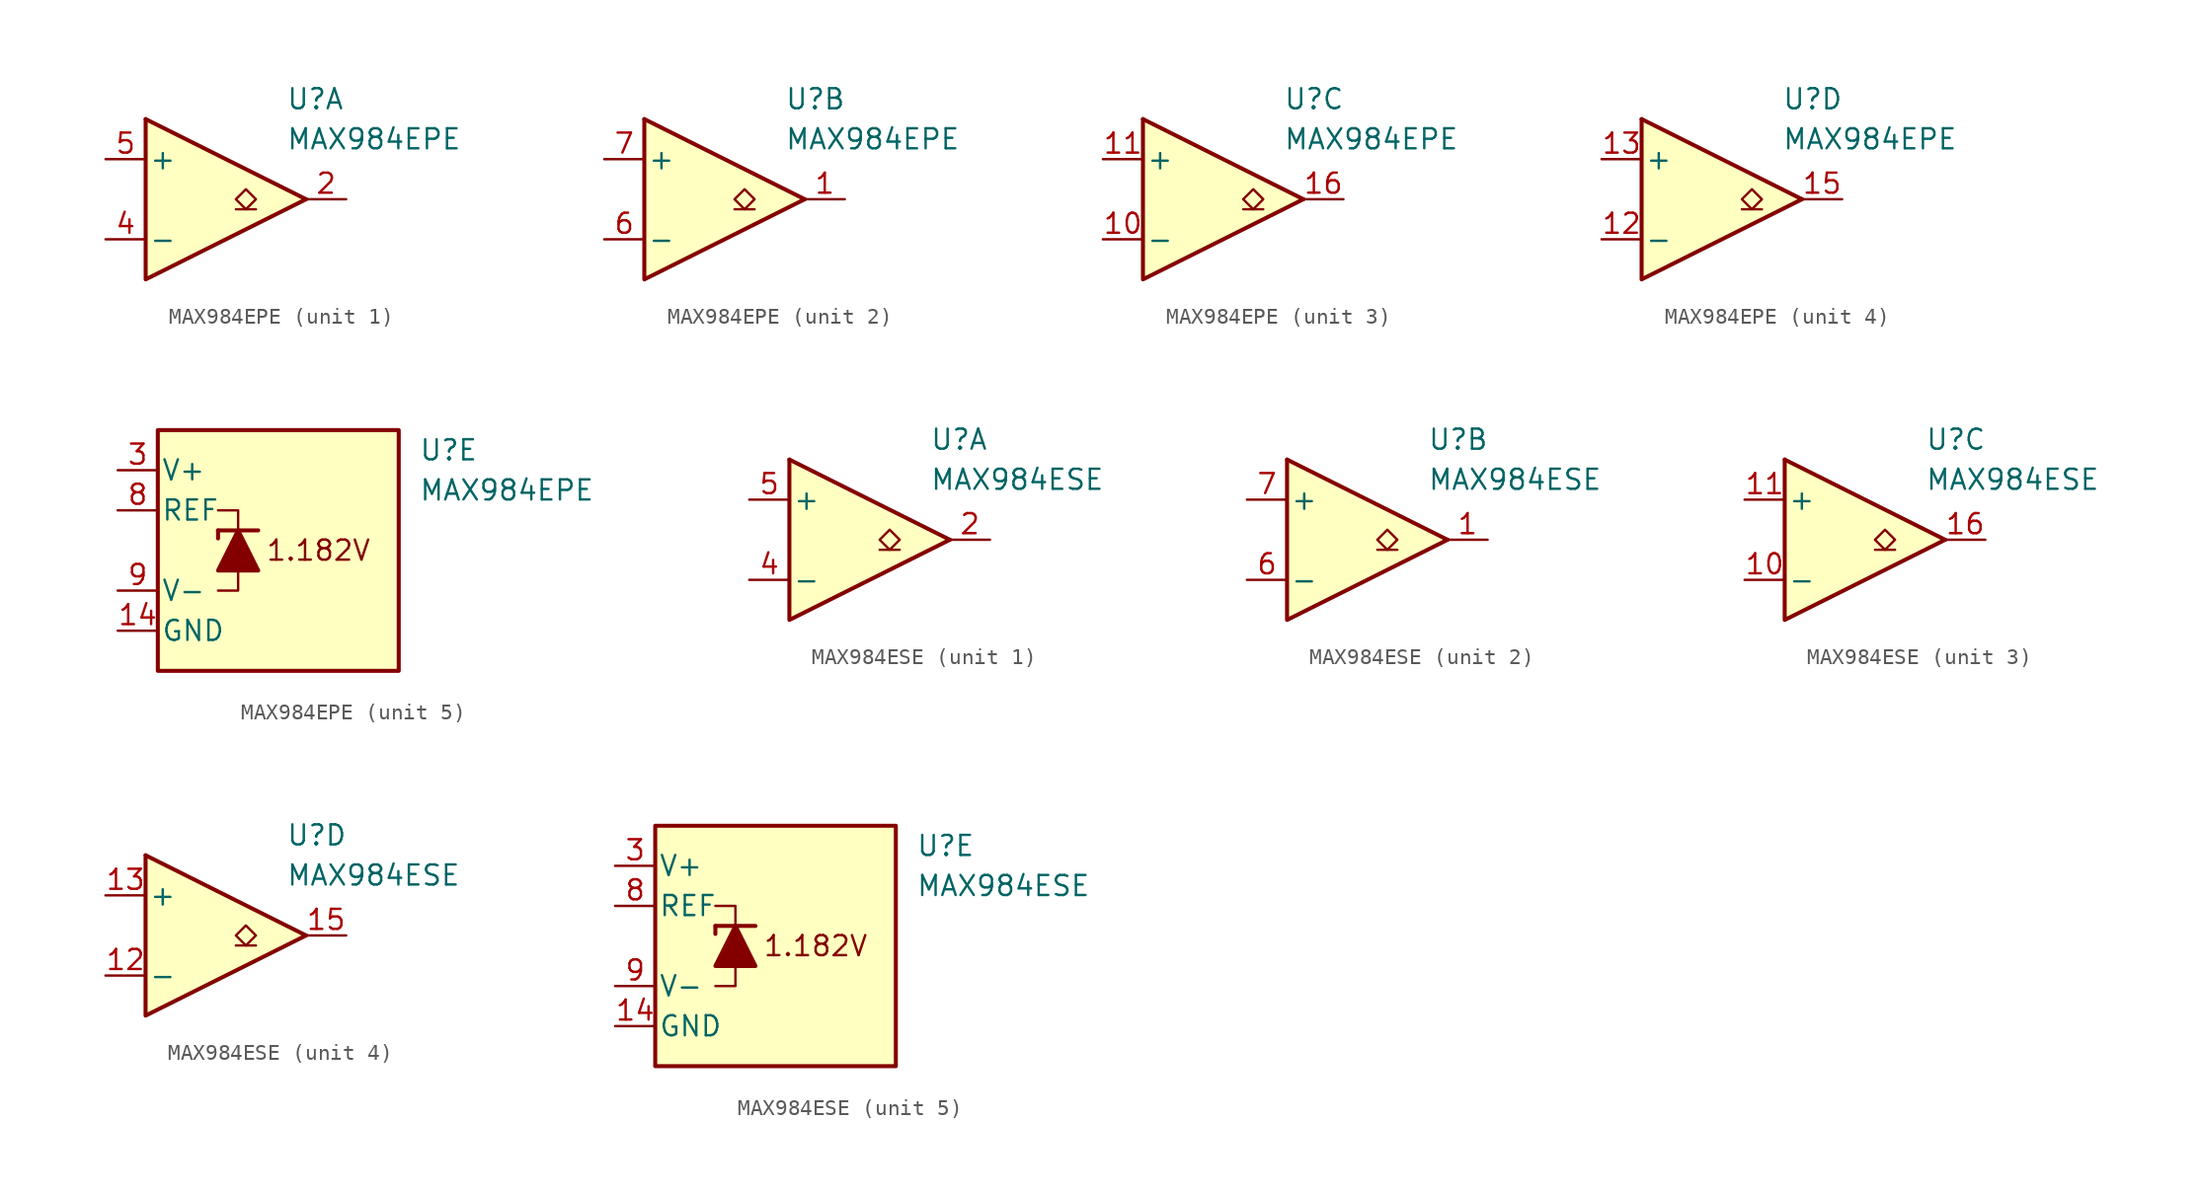
<source format=kicad_sym>
(kicad_symbol_lib
  (version 20211014)
  (generator kicad_symbol_editor)
  (symbol "MAX984EPE"
    (pin_names
      (offset 0.2))
    (property "Reference" "U"
      (at 5.08 6.35 0)
      (effects (font (size 1.27 1.27)) (justify left)))
    (property "Value" "MAX984EPE"
      (at 5.08 3.81 0)
      (effects (font (size 1.27 1.27)) (justify left)))
    (property "ki_locked" ""
      (at 0 0 0)
      (effects (font (size 1.27 1.27))))
    (symbol "MAX984EPE_1_1"
      (polyline (pts (xy -3.81 5.08) (xy 6.35 0)) (stroke (width 0.254) (type default) (color 0 0 0 0)) (fill (type none)))
      (polyline (pts (xy 3.175 -0.635) (xy 1.905 -0.635)) (stroke (width 0.152) (type default) (color 0 0 0 0)) (fill (type none)))
      (polyline (pts (xy -3.81 5.08) (xy -3.81 -5.08) (xy 6.35 0)) (stroke (width 0.254) (type default) (color 0 0 0 0)) (fill (type background)))
      (polyline (pts (xy 2.54 -0.635) (xy 1.905 0) (xy 2.54 0.635) (xy 3.175 0) (xy 2.54 -0.635)) (stroke (width 0.152) (type default) (color 0 0 0 0)) (fill (type none)))
      (pin output line (at 8.89 0 180) (length 2.54) (name "~" (effects (font (size 1.27 1.27)))) (number "2" (effects (font (size 1.27 1.27)))))
      (pin input line (at -6.35 -2.54 0) (length 2.54) (name "-" (effects (font (size 1.27 1.27)))) (number "4" (effects (font (size 1.27 1.27)))))
      (pin input line (at -6.35 2.54 0) (length 2.54) (name "+" (effects (font (size 1.27 1.27)))) (number "5" (effects (font (size 1.27 1.27))))))
    (symbol "MAX984EPE_2_1"
      (polyline (pts (xy -3.81 5.08) (xy 6.35 0)) (stroke (width 0.254) (type default) (color 0 0 0 0)) (fill (type none)))
      (polyline (pts (xy 3.175 -0.635) (xy 1.905 -0.635)) (stroke (width 0.152) (type default) (color 0 0 0 0)) (fill (type none)))
      (polyline (pts (xy -3.81 5.08) (xy -3.81 -5.08) (xy 6.35 0)) (stroke (width 0.254) (type default) (color 0 0 0 0)) (fill (type background)))
      (polyline (pts (xy 2.54 -0.635) (xy 1.905 0) (xy 2.54 0.635) (xy 3.175 0) (xy 2.54 -0.635)) (stroke (width 0.152) (type default) (color 0 0 0 0)) (fill (type none)))
      (pin output line (at 8.89 0 180) (length 2.54) (name "~" (effects (font (size 1.27 1.27)))) (number "1" (effects (font (size 1.27 1.27)))))
      (pin input line (at -6.35 -2.54 0) (length 2.54) (name "-" (effects (font (size 1.27 1.27)))) (number "6" (effects (font (size 1.27 1.27)))))
      (pin input line (at -6.35 2.54 0) (length 2.54) (name "+" (effects (font (size 1.27 1.27)))) (number "7" (effects (font (size 1.27 1.27))))))
    (symbol "MAX984EPE_3_1"
      (polyline (pts (xy -3.81 5.08) (xy 6.35 0)) (stroke (width 0.254) (type default) (color 0 0 0 0)) (fill (type none)))
      (polyline (pts (xy 3.81 -0.635) (xy 2.54 -0.635)) (stroke (width 0.152) (type default) (color 0 0 0 0)) (fill (type none)))
      (polyline (pts (xy -3.81 5.08) (xy -3.81 -5.08) (xy 6.35 0)) (stroke (width 0.254) (type default) (color 0 0 0 0)) (fill (type background)))
      (polyline (pts (xy 3.175 -0.635) (xy 2.54 0) (xy 3.175 0.635) (xy 3.81 0) (xy 3.175 -0.635)) (stroke (width 0.152) (type default) (color 0 0 0 0)) (fill (type none)))
      (pin input line (at -6.35 -2.54 0) (length 2.54) (name "-" (effects (font (size 1.27 1.27)))) (number "10" (effects (font (size 1.27 1.27)))))
      (pin input line (at -6.35 2.54 0) (length 2.54) (name "+" (effects (font (size 1.27 1.27)))) (number "11" (effects (font (size 1.27 1.27)))))
      (pin output line (at 8.89 0 180) (length 2.54) (name "~" (effects (font (size 1.27 1.27)))) (number "16" (effects (font (size 1.27 1.27))))))
    (symbol "MAX984EPE_4_1"
      (polyline (pts (xy -3.81 5.08) (xy 6.35 0)) (stroke (width 0.254) (type default) (color 0 0 0 0)) (fill (type none)))
      (polyline (pts (xy 3.81 -0.635) (xy 2.54 -0.635)) (stroke (width 0.152) (type default) (color 0 0 0 0)) (fill (type none)))
      (polyline (pts (xy -3.81 5.08) (xy -3.81 -5.08) (xy 6.35 0)) (stroke (width 0.254) (type default) (color 0 0 0 0)) (fill (type background)))
      (polyline (pts (xy 3.175 -0.635) (xy 2.54 0) (xy 3.175 0.635) (xy 3.81 0) (xy 3.175 -0.635)) (stroke (width 0.152) (type default) (color 0 0 0 0)) (fill (type none)))
      (pin input line (at -6.35 -2.54 0) (length 2.54) (name "-" (effects (font (size 1.27 1.27)))) (number "12" (effects (font (size 1.27 1.27)))))
      (pin input line (at -6.35 2.54 0) (length 2.54) (name "+" (effects (font (size 1.27 1.27)))) (number "13" (effects (font (size 1.27 1.27)))))
      (pin output line (at 8.89 0 180) (length 2.54) (name "~" (effects (font (size 1.27 1.27)))) (number "15" (effects (font (size 1.27 1.27))))))
    (symbol "MAX984EPE_5_0"
      (text "1.182V" (at -1.27 0 0) (effects (font (size 1.27 1.27)))))
    (symbol "MAX984EPE_5_1"
      (rectangle (start -11.43 7.62) (end 3.81 -7.62) (stroke (width 0.254) (type default) (color 0 0 0 0)) (fill (type background)))
      (polyline (pts (xy -7.62 1.27) (xy -7.62 0.762)) (stroke (width 0.254) (type default) (color 0 0 0 0)) (fill (type none)))
      (polyline (pts (xy -7.62 1.27) (xy -5.08 1.27)) (stroke (width 0.254) (type default) (color 0 0 0 0)) (fill (type none)))
      (polyline (pts (xy -6.35 -1.27) (xy -6.35 -2.54) (xy -7.62 -2.54)) (stroke (width 0) (type default) (color 0 0 0 0)) (fill (type none)))
      (polyline (pts (xy -6.35 1.27) (xy -6.35 2.54) (xy -7.62 2.54)) (stroke (width 0) (type default) (color 0 0 0 0)) (fill (type none)))
      (polyline (pts (xy -5.08 -1.27) (xy -7.62 -1.27) (xy -6.35 1.27) (xy -5.08 -1.27)) (stroke (width 0.254) (type default) (color 0 0 0 0)) (fill (type outline)))
      (pin power_in line (at -13.97 -5.08 0) (length 2.54) (name "GND" (effects (font (size 1.27 1.27)))) (number "14" (effects (font (size 1.27 1.27)))))
      (pin power_in line (at -13.97 5.08 0) (length 2.54) (name "V+" (effects (font (size 1.27 1.27)))) (number "3" (effects (font (size 1.27 1.27)))))
      (pin output line (at -13.97 2.54 0) (length 2.54) (name "REF" (effects (font (size 1.27 1.27)))) (number "8" (effects (font (size 1.27 1.27)))))
      (pin power_in line (at -13.97 -2.54 0) (length 2.54) (name "V-" (effects (font (size 1.27 1.27)))) (number "9" (effects (font (size 1.27 1.27)))))))
  (symbol "MAX984ESE"
    (pin_names
      (offset 0.2))
    (property "Reference" "U"
      (at 5.08 6.35 0)
      (effects (font (size 1.27 1.27)) (justify left)))
    (property "Value" "MAX984ESE"
      (at 5.08 3.81 0)
      (effects (font (size 1.27 1.27)) (justify left)))
    (property "ki_locked" ""
      (at 0 0 0)
      (effects (font (size 1.27 1.27))))
    (symbol "MAX984ESE_1_1"
      (polyline (pts (xy -3.81 5.08) (xy 6.35 0)) (stroke (width 0.254) (type default) (color 0 0 0 0)) (fill (type none)))
      (polyline (pts (xy 3.175 -0.635) (xy 1.905 -0.635)) (stroke (width 0.152) (type default) (color 0 0 0 0)) (fill (type none)))
      (polyline (pts (xy -3.81 5.08) (xy -3.81 -5.08) (xy 6.35 0)) (stroke (width 0.254) (type default) (color 0 0 0 0)) (fill (type background)))
      (polyline (pts (xy 2.54 -0.635) (xy 1.905 0) (xy 2.54 0.635) (xy 3.175 0) (xy 2.54 -0.635)) (stroke (width 0.152) (type default) (color 0 0 0 0)) (fill (type none)))
      (pin output line (at 8.89 0 180) (length 2.54) (name "~" (effects (font (size 1.27 1.27)))) (number "2" (effects (font (size 1.27 1.27)))))
      (pin input line (at -6.35 -2.54 0) (length 2.54) (name "-" (effects (font (size 1.27 1.27)))) (number "4" (effects (font (size 1.27 1.27)))))
      (pin input line (at -6.35 2.54 0) (length 2.54) (name "+" (effects (font (size 1.27 1.27)))) (number "5" (effects (font (size 1.27 1.27))))))
    (symbol "MAX984ESE_2_1"
      (polyline (pts (xy -3.81 5.08) (xy 6.35 0)) (stroke (width 0.254) (type default) (color 0 0 0 0)) (fill (type none)))
      (polyline (pts (xy 3.175 -0.635) (xy 1.905 -0.635)) (stroke (width 0.152) (type default) (color 0 0 0 0)) (fill (type none)))
      (polyline (pts (xy -3.81 5.08) (xy -3.81 -5.08) (xy 6.35 0)) (stroke (width 0.254) (type default) (color 0 0 0 0)) (fill (type background)))
      (polyline (pts (xy 2.54 -0.635) (xy 1.905 0) (xy 2.54 0.635) (xy 3.175 0) (xy 2.54 -0.635)) (stroke (width 0.152) (type default) (color 0 0 0 0)) (fill (type none)))
      (pin output line (at 8.89 0 180) (length 2.54) (name "~" (effects (font (size 1.27 1.27)))) (number "1" (effects (font (size 1.27 1.27)))))
      (pin input line (at -6.35 -2.54 0) (length 2.54) (name "-" (effects (font (size 1.27 1.27)))) (number "6" (effects (font (size 1.27 1.27)))))
      (pin input line (at -6.35 2.54 0) (length 2.54) (name "+" (effects (font (size 1.27 1.27)))) (number "7" (effects (font (size 1.27 1.27))))))
    (symbol "MAX984ESE_3_1"
      (polyline (pts (xy -3.81 5.08) (xy 6.35 0)) (stroke (width 0.254) (type default) (color 0 0 0 0)) (fill (type none)))
      (polyline (pts (xy 3.175 -0.635) (xy 1.905 -0.635)) (stroke (width 0.152) (type default) (color 0 0 0 0)) (fill (type none)))
      (polyline (pts (xy -3.81 5.08) (xy -3.81 -5.08) (xy 6.35 0)) (stroke (width 0.254) (type default) (color 0 0 0 0)) (fill (type background)))
      (polyline (pts (xy 2.54 -0.635) (xy 1.905 0) (xy 2.54 0.635) (xy 3.175 0) (xy 2.54 -0.635)) (stroke (width 0.152) (type default) (color 0 0 0 0)) (fill (type none)))
      (pin input line (at -6.35 -2.54 0) (length 2.54) (name "-" (effects (font (size 1.27 1.27)))) (number "10" (effects (font (size 1.27 1.27)))))
      (pin input line (at -6.35 2.54 0) (length 2.54) (name "+" (effects (font (size 1.27 1.27)))) (number "11" (effects (font (size 1.27 1.27)))))
      (pin output line (at 8.89 0 180) (length 2.54) (name "~" (effects (font (size 1.27 1.27)))) (number "16" (effects (font (size 1.27 1.27))))))
    (symbol "MAX984ESE_4_1"
      (polyline (pts (xy -3.81 5.08) (xy 6.35 0)) (stroke (width 0.254) (type default) (color 0 0 0 0)) (fill (type none)))
      (polyline (pts (xy 3.175 -0.635) (xy 1.905 -0.635)) (stroke (width 0.152) (type default) (color 0 0 0 0)) (fill (type none)))
      (polyline (pts (xy -3.81 5.08) (xy -3.81 -5.08) (xy 6.35 0)) (stroke (width 0.254) (type default) (color 0 0 0 0)) (fill (type background)))
      (polyline (pts (xy 2.54 -0.635) (xy 1.905 0) (xy 2.54 0.635) (xy 3.175 0) (xy 2.54 -0.635)) (stroke (width 0.152) (type default) (color 0 0 0 0)) (fill (type none)))
      (pin input line (at -6.35 -2.54 0) (length 2.54) (name "-" (effects (font (size 1.27 1.27)))) (number "12" (effects (font (size 1.27 1.27)))))
      (pin input line (at -6.35 2.54 0) (length 2.54) (name "+" (effects (font (size 1.27 1.27)))) (number "13" (effects (font (size 1.27 1.27)))))
      (pin output line (at 8.89 0 180) (length 2.54) (name "~" (effects (font (size 1.27 1.27)))) (number "15" (effects (font (size 1.27 1.27))))))
    (symbol "MAX984ESE_5_0"
      (text "1.182V" (at -1.27 0 0) (effects (font (size 1.27 1.27)))))
    (symbol "MAX984ESE_5_1"
      (rectangle (start -11.43 7.62) (end 3.81 -7.62) (stroke (width 0.254) (type default) (color 0 0 0 0)) (fill (type background)))
      (polyline (pts (xy -7.62 1.27) (xy -7.62 0.762)) (stroke (width 0.254) (type default) (color 0 0 0 0)) (fill (type none)))
      (polyline (pts (xy -7.62 1.27) (xy -5.08 1.27)) (stroke (width 0.254) (type default) (color 0 0 0 0)) (fill (type none)))
      (polyline (pts (xy -6.35 -1.27) (xy -6.35 -2.54) (xy -7.62 -2.54)) (stroke (width 0) (type default) (color 0 0 0 0)) (fill (type none)))
      (polyline (pts (xy -6.35 1.27) (xy -6.35 2.54) (xy -7.62 2.54)) (stroke (width 0) (type default) (color 0 0 0 0)) (fill (type none)))
      (polyline (pts (xy -5.08 -1.27) (xy -7.62 -1.27) (xy -6.35 1.27) (xy -5.08 -1.27)) (stroke (width 0.254) (type default) (color 0 0 0 0)) (fill (type outline)))
      (pin power_in line (at -13.97 -5.08 0) (length 2.54) (name "GND" (effects (font (size 1.27 1.27)))) (number "14" (effects (font (size 1.27 1.27)))))
      (pin power_in line (at -13.97 5.08 0) (length 2.54) (name "V+" (effects (font (size 1.27 1.27)))) (number "3" (effects (font (size 1.27 1.27)))))
      (pin output line (at -13.97 2.54 0) (length 2.54) (name "REF" (effects (font (size 1.27 1.27)))) (number "8" (effects (font (size 1.27 1.27)))))
      (pin power_in line (at -13.97 -2.54 0) (length 2.54) (name "V-" (effects (font (size 1.27 1.27)))) (number "9" (effects (font (size 1.27 1.27))))))))
</source>
